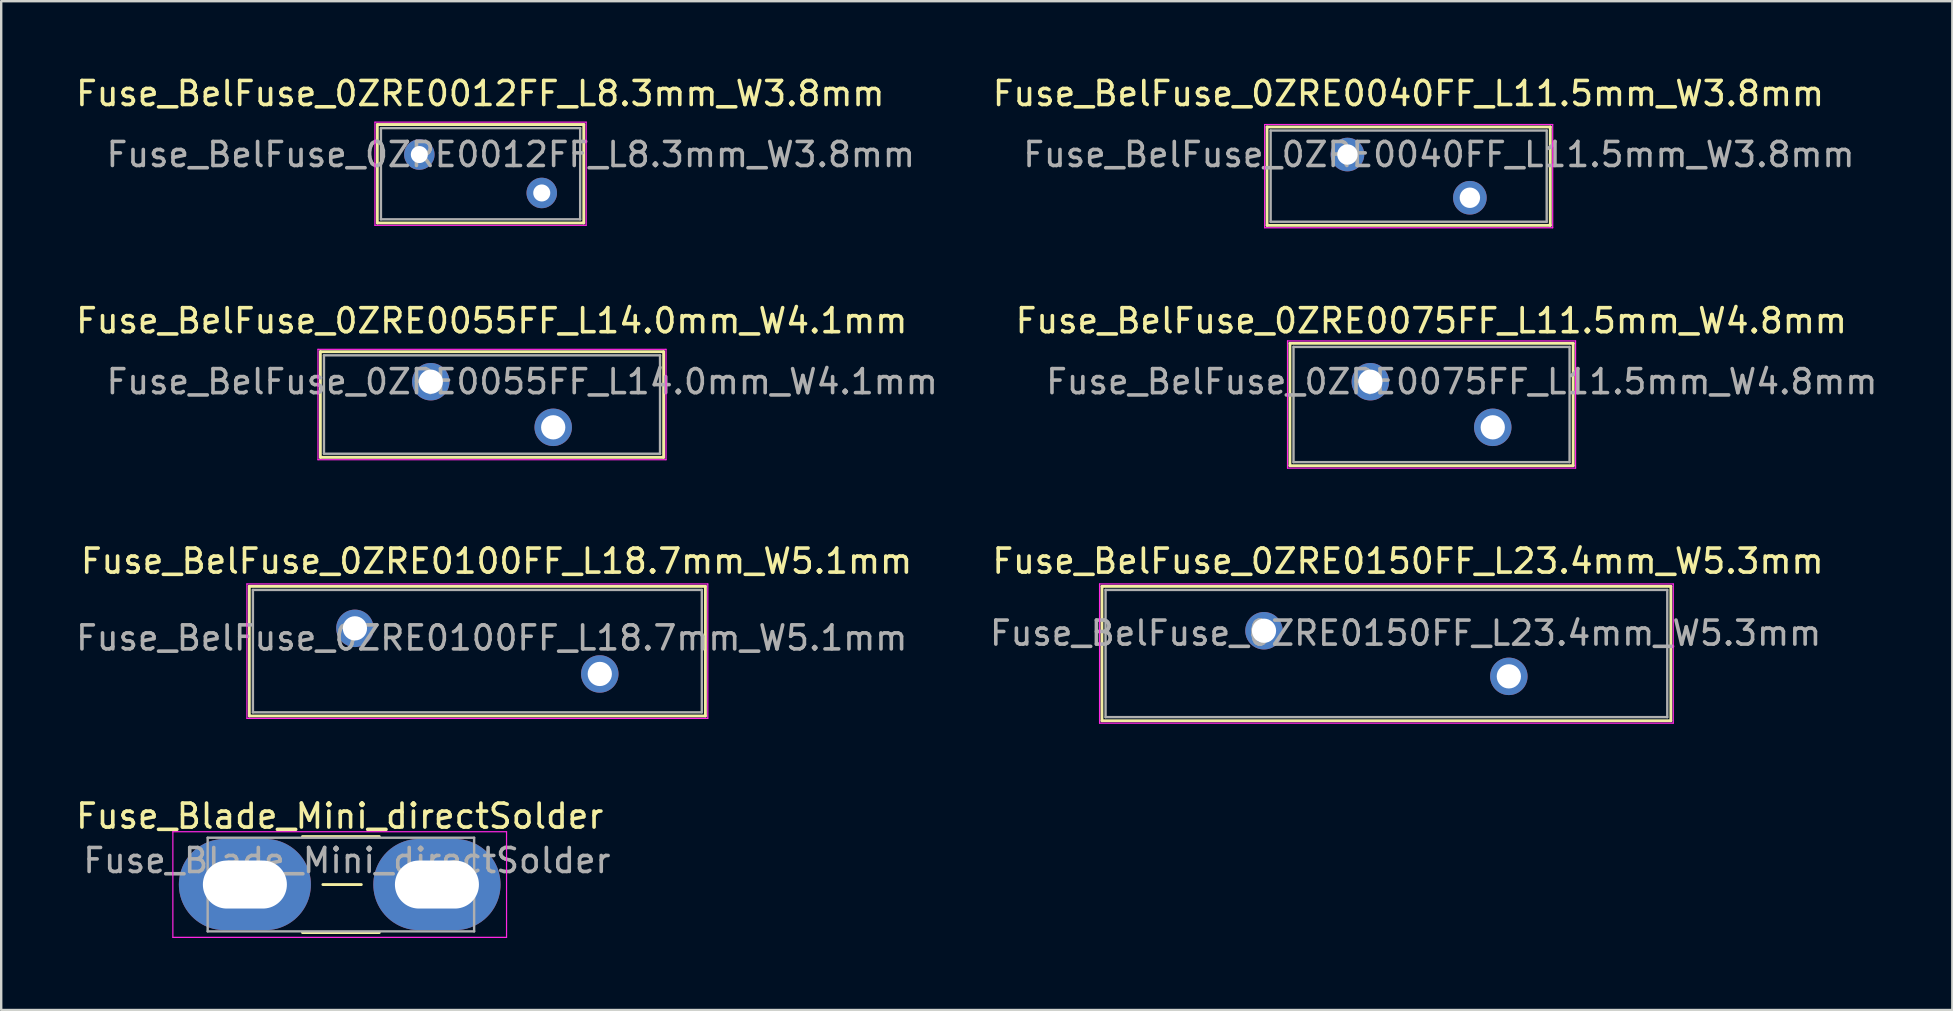
<source format=kicad_pcb>
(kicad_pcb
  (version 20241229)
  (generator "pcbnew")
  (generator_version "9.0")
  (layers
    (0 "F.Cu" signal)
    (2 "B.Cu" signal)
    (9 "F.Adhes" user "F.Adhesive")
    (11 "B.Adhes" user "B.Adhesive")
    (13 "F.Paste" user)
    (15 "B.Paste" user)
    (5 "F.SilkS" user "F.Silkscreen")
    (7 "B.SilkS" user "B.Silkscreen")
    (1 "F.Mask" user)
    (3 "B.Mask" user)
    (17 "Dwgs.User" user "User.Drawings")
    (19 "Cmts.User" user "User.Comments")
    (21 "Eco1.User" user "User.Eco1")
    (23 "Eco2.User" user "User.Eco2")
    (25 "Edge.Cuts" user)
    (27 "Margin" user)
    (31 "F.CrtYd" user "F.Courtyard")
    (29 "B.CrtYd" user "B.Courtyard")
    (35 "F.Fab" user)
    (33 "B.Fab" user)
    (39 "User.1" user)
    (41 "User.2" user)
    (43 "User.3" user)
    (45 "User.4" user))
  (footprint "Fuse_BelFuse_0ZRE0055FF_L14.0mm_W4.1mm"
    (layer "F.Cu")
    (at 14.895 12.851)
    (property "Reference" "Fuse_BelFuse_0ZRE0055FF_L14.0mm_W4.1mm" (at 2.54 -2.54 0) (layer "F.SilkS") (effects (font (size 1 1) (thickness 0.15))))
    (attr through_hole)
    (fp_line (start -4.6 -1.25) (end -4.6 3.15) (stroke (width 0.12) (type solid)) (layer "F.SilkS"))
    (fp_line (start -4.6 -1.25) (end 9.7 -1.25) (stroke (width 0.12) (type solid)) (layer "F.SilkS"))
    (fp_line (start -4.6 3.15) (end 9.7 3.15) (stroke (width 0.12) (type solid)) (layer "F.SilkS"))
    (fp_line (start 9.7 -1.25) (end 9.7 3.15) (stroke (width 0.12) (type solid)) (layer "F.SilkS"))
    (fp_line (start -4.7 -1.35) (end -4.7 3.25) (stroke (width 0.05) (type solid)) (layer "F.CrtYd"))
    (fp_line (start -4.7 -1.35) (end 9.8 -1.35) (stroke (width 0.05) (type solid)) (layer "F.CrtYd"))
    (fp_line (start -4.7 3.25) (end 9.8 3.25) (stroke (width 0.05) (type solid)) (layer "F.CrtYd"))
    (fp_line (start 9.8 -1.35) (end 9.8 3.25) (stroke (width 0.05) (type solid)) (layer "F.CrtYd"))
    (fp_line (start -4.45 -1.1) (end -4.45 3) (stroke (width 0.1) (type solid)) (layer "F.Fab"))
    (fp_line (start -4.45 -1.1) (end 9.55 -1.1) (stroke (width 0.1) (type solid)) (layer "F.Fab"))
    (fp_line (start -4.45 3) (end 9.55 3) (stroke (width 0.1) (type solid)) (layer "F.Fab"))
    (fp_line (start 9.55 -1.1) (end 9.55 3) (stroke (width 0.1) (type solid)) (layer "F.Fab"))
    (fp_text user "${REFERENCE}" (at 3.81 0 0) (layer "F.Fab") (effects (font (size 1 1) (thickness 0.15))))
    (pad "1" thru_hole circle (at 0 0) (size 1.56 1.56) (drill 1.01) (layers "*.Cu" "*.Mask"))
    (pad "2" thru_hole circle (at 5.1 1.9) (size 1.56 1.56) (drill 1.01) (layers "*.Cu" "*.Mask")))
  (footprint "Fuse_BelFuse_0ZRE0012FF_L8.3mm_W3.8mm"
    (layer "F.Cu")
    (at 14.418 3.388)
    (property "Reference" "Fuse_BelFuse_0ZRE0012FF_L8.3mm_W3.8mm" (at 2.54 -2.54 0) (layer "F.SilkS") (effects (font (size 1 1) (thickness 0.15))))
    (attr through_hole)
    (fp_line (start -1.75 -1.25) (end -1.75 2.85) (stroke (width 0.12) (type solid)) (layer "F.SilkS"))
    (fp_line (start -1.75 -1.25) (end 6.85 -1.25) (stroke (width 0.12) (type solid)) (layer "F.SilkS"))
    (fp_line (start -1.75 2.85) (end 6.85 2.85) (stroke (width 0.12) (type solid)) (layer "F.SilkS"))
    (fp_line (start 6.85 -1.25) (end 6.85 2.85) (stroke (width 0.12) (type solid)) (layer "F.SilkS"))
    (fp_line (start -1.85 -1.35) (end -1.85 2.95) (stroke (width 0.05) (type solid)) (layer "F.CrtYd"))
    (fp_line (start -1.85 -1.35) (end 6.95 -1.35) (stroke (width 0.05) (type solid)) (layer "F.CrtYd"))
    (fp_line (start -1.85 2.95) (end 6.95 2.95) (stroke (width 0.05) (type solid)) (layer "F.CrtYd"))
    (fp_line (start 6.95 -1.35) (end 6.95 2.95) (stroke (width 0.05) (type solid)) (layer "F.CrtYd"))
    (fp_line (start -1.6 -1.1) (end -1.6 2.7) (stroke (width 0.1) (type solid)) (layer "F.Fab"))
    (fp_line (start -1.6 -1.1) (end 6.7 -1.1) (stroke (width 0.1) (type solid)) (layer "F.Fab"))
    (fp_line (start -1.6 2.7) (end 6.7 2.7) (stroke (width 0.1) (type solid)) (layer "F.Fab"))
    (fp_line (start 6.7 -1.1) (end 6.7 2.7) (stroke (width 0.1) (type solid)) (layer "F.Fab"))
    (fp_text user "${REFERENCE}" (at 3.81 0 0) (layer "F.Fab") (effects (font (size 1 1) (thickness 0.15))))
    (pad "1" thru_hole circle (at 0 0) (size 1.27 1.27) (drill 0.71) (layers "*.Cu" "*.Mask"))
    (pad "2" thru_hole circle (at 5.1 1.6) (size 1.27 1.27) (drill 0.71) (layers "*.Cu" "*.Mask")))
  (footprint "Fuse_BelFuse_0ZRE0100FF_L18.7mm_W5.1mm"
    (layer "F.Cu")
    (at 11.735 23.125)
    (property "Reference" "Fuse_BelFuse_0ZRE0100FF_L18.7mm_W5.1mm" (at 5.9 -2.8 0) (layer "F.SilkS") (effects (font (size 1 1) (thickness 0.15))))
    (attr through_hole)
    (fp_line (start -4.4 -1.75) (end -4.4 3.65) (stroke (width 0.12) (type solid)) (layer "F.SilkS"))
    (fp_line (start -4.4 -1.75) (end 14.6 -1.75) (stroke (width 0.12) (type solid)) (layer "F.SilkS"))
    (fp_line (start -4.4 3.65) (end 14.6 3.65) (stroke (width 0.12) (type solid)) (layer "F.SilkS"))
    (fp_line (start 14.6 -1.75) (end 14.6 3.65) (stroke (width 0.12) (type solid)) (layer "F.SilkS"))
    (fp_line (start -4.5 -1.85) (end -4.5 3.75) (stroke (width 0.05) (type solid)) (layer "F.CrtYd"))
    (fp_line (start -4.5 -1.85) (end 14.7 -1.85) (stroke (width 0.05) (type solid)) (layer "F.CrtYd"))
    (fp_line (start -4.5 3.75) (end 14.7 3.75) (stroke (width 0.05) (type solid)) (layer "F.CrtYd"))
    (fp_line (start 14.7 -1.85) (end 14.7 3.75) (stroke (width 0.05) (type solid)) (layer "F.CrtYd"))
    (fp_line (start -4.25 -1.6) (end -4.25 3.5) (stroke (width 0.1) (type solid)) (layer "F.Fab"))
    (fp_line (start -4.25 -1.6) (end 14.45 -1.6) (stroke (width 0.1) (type solid)) (layer "F.Fab"))
    (fp_line (start -4.25 3.5) (end 14.45 3.5) (stroke (width 0.1) (type solid)) (layer "F.Fab"))
    (fp_line (start 14.45 -1.6) (end 14.45 3.5) (stroke (width 0.1) (type solid)) (layer "F.Fab"))
    (fp_text user "${REFERENCE}" (at 5.7 0.4 0) (layer "F.Fab") (effects (font (size 1 1) (thickness 0.15))))
    (pad "1" thru_hole circle (at 0 0) (size 1.56 1.56) (drill 1.01) (layers "*.Cu" "*.Mask"))
    (pad "2" thru_hole circle (at 10.2 1.9) (size 1.56 1.56) (drill 1.01) (layers "*.Cu" "*.Mask")))
  (footprint "Fuse_Blade_Mini_directSolder"
    (layer "F.Cu")
    (at 7.151 33.798)
    (property "Reference" "Fuse_Blade_Mini_directSolder" (at 3.95 -2.85 0) (layer "F.SilkS") (effects (font (size 1 1) (thickness 0.15))))
    (attr through_hole)
    (fp_line (start 2.4 -2) (end 5.6 -2) (stroke (width 0.12) (type solid)) (layer "F.SilkS"))
    (fp_line (start 3.25 0) (end 4.85 0) (stroke (width 0.12) (type solid)) (layer "F.SilkS"))
    (fp_line (start 5.6 2) (end 2.4 2) (stroke (width 0.12) (type solid)) (layer "F.SilkS"))
    (fp_line (start -3 -2.2) (end -3 2.2) (stroke (width 0.05) (type solid)) (layer "F.CrtYd"))
    (fp_line (start -3 -2.2) (end 10.9 -2.2) (stroke (width 0.05) (type solid)) (layer "F.CrtYd"))
    (fp_line (start 10.9 2.2) (end -3 2.2) (stroke (width 0.05) (type solid)) (layer "F.CrtYd"))
    (fp_line (start 10.9 2.2) (end 10.9 -2.2) (stroke (width 0.05) (type solid)) (layer "F.CrtYd"))
    (fp_line (start -1.55 -1.95) (end 9.55 -1.95) (stroke (width 0.1) (type solid)) (layer "F.Fab"))
    (fp_line (start -1.55 1.95) (end -1.55 -1.95) (stroke (width 0.1) (type solid)) (layer "F.Fab"))
    (fp_line (start 9.55 -1.95) (end 9.55 1.95) (stroke (width 0.1) (type solid)) (layer "F.Fab"))
    (fp_line (start 9.55 1.95) (end -1.55 1.95) (stroke (width 0.1) (type solid)) (layer "F.Fab"))
    (fp_text user "${REFERENCE}" (at 4.25 -1 0) (layer "F.Fab") (effects (font (size 1 1) (thickness 0.15))))
    (pad "1" thru_hole oval (at 0 0) (size 5.5 3.8) (drill oval 3.5 2) (layers "*.Cu" "*.Mask"))
    (pad "2" thru_hole oval (at 8 0) (size 5.3 3.8) (drill oval 3.5 2) (layers "*.Cu" "*.Mask")))
  (footprint "Fuse_BelFuse_0ZRE0150FF_L23.4mm_W5.3mm"
    (layer "F.Cu")
    (at 49.604 23.225)
    (property "Reference" "Fuse_BelFuse_0ZRE0150FF_L23.4mm_W5.3mm" (at 6 -2.9 0) (layer "F.SilkS") (effects (font (size 1 1) (thickness 0.15))))
    (attr through_hole)
    (fp_line (start -6.75 -1.85) (end -6.75 3.75) (stroke (width 0.12) (type solid)) (layer "F.SilkS"))
    (fp_line (start -6.75 -1.85) (end 16.95 -1.85) (stroke (width 0.12) (type solid)) (layer "F.SilkS"))
    (fp_line (start -6.75 3.75) (end 16.95 3.75) (stroke (width 0.12) (type solid)) (layer "F.SilkS"))
    (fp_line (start 16.95 -1.85) (end 16.95 3.75) (stroke (width 0.12) (type solid)) (layer "F.SilkS"))
    (fp_line (start -6.85 -1.95) (end -6.85 3.85) (stroke (width 0.05) (type solid)) (layer "F.CrtYd"))
    (fp_line (start -6.85 -1.95) (end 17.05 -1.95) (stroke (width 0.05) (type solid)) (layer "F.CrtYd"))
    (fp_line (start -6.85 3.85) (end 17.05 3.85) (stroke (width 0.05) (type solid)) (layer "F.CrtYd"))
    (fp_line (start 17.05 -1.95) (end 17.05 3.85) (stroke (width 0.05) (type solid)) (layer "F.CrtYd"))
    (fp_line (start -6.6 -1.7) (end -6.6 3.6) (stroke (width 0.1) (type solid)) (layer "F.Fab"))
    (fp_line (start -6.6 -1.7) (end 16.8 -1.7) (stroke (width 0.1) (type solid)) (layer "F.Fab"))
    (fp_line (start -6.6 3.6) (end 16.8 3.6) (stroke (width 0.1) (type solid)) (layer "F.Fab"))
    (fp_line (start 16.8 -1.7) (end 16.8 3.6) (stroke (width 0.1) (type solid)) (layer "F.Fab"))
    (fp_text user "${REFERENCE}" (at 5.9 0.1 0) (layer "F.Fab") (effects (font (size 1 1) (thickness 0.15))))
    (pad "1" thru_hole circle (at 0 0) (size 1.56 1.56) (drill 1.01) (layers "*.Cu" "*.Mask"))
    (pad "2" thru_hole circle (at 10.2 1.9) (size 1.56 1.56) (drill 1.01) (layers "*.Cu" "*.Mask")))
  (footprint "Fuse_BelFuse_0ZRE0040FF_L11.5mm_W3.8mm"
    (layer "F.Cu")
    (at 53.081 3.388)
    (property "Reference" "Fuse_BelFuse_0ZRE0040FF_L11.5mm_W3.8mm" (at 2.54 -2.54 0) (layer "F.SilkS") (effects (font (size 1 1) (thickness 0.15))))
    (attr through_hole)
    (fp_line (start -3.35 -1.15) (end -3.35 2.95) (stroke (width 0.12) (type solid)) (layer "F.SilkS"))
    (fp_line (start -3.35 -1.15) (end 8.45 -1.15) (stroke (width 0.12) (type solid)) (layer "F.SilkS"))
    (fp_line (start -3.35 2.95) (end 8.45 2.95) (stroke (width 0.12) (type solid)) (layer "F.SilkS"))
    (fp_line (start 8.45 -1.15) (end 8.45 2.95) (stroke (width 0.12) (type solid)) (layer "F.SilkS"))
    (fp_line (start -3.45 -1.25) (end -3.45 3.05) (stroke (width 0.05) (type solid)) (layer "F.CrtYd"))
    (fp_line (start -3.45 -1.25) (end 8.55 -1.25) (stroke (width 0.05) (type solid)) (layer "F.CrtYd"))
    (fp_line (start -3.45 3.05) (end 8.55 3.05) (stroke (width 0.05) (type solid)) (layer "F.CrtYd"))
    (fp_line (start 8.55 -1.25) (end 8.55 3.05) (stroke (width 0.05) (type solid)) (layer "F.CrtYd"))
    (fp_line (start -3.2 -1) (end -3.2 2.8) (stroke (width 0.1) (type solid)) (layer "F.Fab"))
    (fp_line (start -3.2 -1) (end 8.3 -1) (stroke (width 0.1) (type solid)) (layer "F.Fab"))
    (fp_line (start -3.2 2.8) (end 8.3 2.8) (stroke (width 0.1) (type solid)) (layer "F.Fab"))
    (fp_line (start 8.3 -1) (end 8.3 2.8) (stroke (width 0.1) (type solid)) (layer "F.Fab"))
    (fp_text user "${REFERENCE}" (at 3.81 0 0) (layer "F.Fab") (effects (font (size 1 1) (thickness 0.15))))
    (pad "1" thru_hole circle (at 0 0) (size 1.4 1.4) (drill 0.85) (layers "*.Cu" "*.Mask"))
    (pad "2" thru_hole circle (at 5.1 1.8) (size 1.4 1.4) (drill 0.85) (layers "*.Cu" "*.Mask")))
  (footprint "Fuse_BelFuse_0ZRE0075FF_L11.5mm_W4.8mm"
    (layer "F.Cu")
    (at 54.034 12.851)
    (property "Reference" "Fuse_BelFuse_0ZRE0075FF_L11.5mm_W4.8mm" (at 2.54 -2.54 0) (layer "F.SilkS") (effects (font (size 1 1) (thickness 0.15))))
    (attr through_hole)
    (fp_line (start -3.35 -1.6) (end -3.35 3.5) (stroke (width 0.12) (type solid)) (layer "F.SilkS"))
    (fp_line (start -3.35 -1.6) (end 8.45 -1.6) (stroke (width 0.12) (type solid)) (layer "F.SilkS"))
    (fp_line (start -3.35 3.5) (end 8.45 3.5) (stroke (width 0.12) (type solid)) (layer "F.SilkS"))
    (fp_line (start 8.45 -1.6) (end 8.45 3.5) (stroke (width 0.12) (type solid)) (layer "F.SilkS"))
    (fp_line (start -3.45 -1.7) (end -3.45 3.6) (stroke (width 0.05) (type solid)) (layer "F.CrtYd"))
    (fp_line (start -3.45 -1.7) (end 8.55 -1.7) (stroke (width 0.05) (type solid)) (layer "F.CrtYd"))
    (fp_line (start -3.45 3.6) (end 8.55 3.6) (stroke (width 0.05) (type solid)) (layer "F.CrtYd"))
    (fp_line (start 8.55 -1.7) (end 8.55 3.6) (stroke (width 0.05) (type solid)) (layer "F.CrtYd"))
    (fp_line (start -3.2 -1.45) (end -3.2 3.35) (stroke (width 0.1) (type solid)) (layer "F.Fab"))
    (fp_line (start -3.2 -1.45) (end 8.3 -1.45) (stroke (width 0.1) (type solid)) (layer "F.Fab"))
    (fp_line (start -3.2 3.35) (end 8.3 3.35) (stroke (width 0.1) (type solid)) (layer "F.Fab"))
    (fp_line (start 8.3 -1.45) (end 8.3 3.35) (stroke (width 0.1) (type solid)) (layer "F.Fab"))
    (fp_text user "${REFERENCE}" (at 3.81 0 0) (layer "F.Fab") (effects (font (size 1 1) (thickness 0.15))))
    (pad "1" thru_hole circle (at 0 0) (size 1.56 1.56) (drill 1.01) (layers "*.Cu" "*.Mask"))
    (pad "2" thru_hole circle (at 5.1 1.9) (size 1.56 1.56) (drill 1.01) (layers "*.Cu" "*.Mask")))
  (gr_rect
    (start -3 -3)
    (end 78.278 39.023)
    (stroke (width 0.1) (type default))
    (fill no)
    (layer "Edge.Cuts")))
</source>
